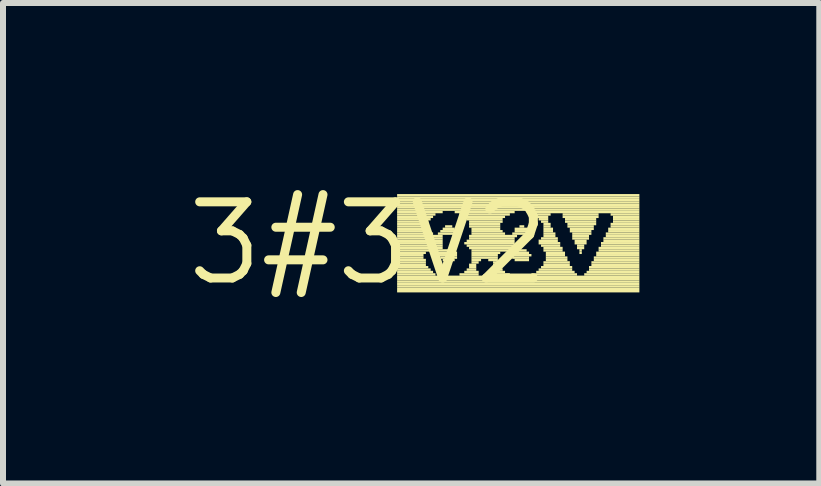
<source format=kicad_pcb>
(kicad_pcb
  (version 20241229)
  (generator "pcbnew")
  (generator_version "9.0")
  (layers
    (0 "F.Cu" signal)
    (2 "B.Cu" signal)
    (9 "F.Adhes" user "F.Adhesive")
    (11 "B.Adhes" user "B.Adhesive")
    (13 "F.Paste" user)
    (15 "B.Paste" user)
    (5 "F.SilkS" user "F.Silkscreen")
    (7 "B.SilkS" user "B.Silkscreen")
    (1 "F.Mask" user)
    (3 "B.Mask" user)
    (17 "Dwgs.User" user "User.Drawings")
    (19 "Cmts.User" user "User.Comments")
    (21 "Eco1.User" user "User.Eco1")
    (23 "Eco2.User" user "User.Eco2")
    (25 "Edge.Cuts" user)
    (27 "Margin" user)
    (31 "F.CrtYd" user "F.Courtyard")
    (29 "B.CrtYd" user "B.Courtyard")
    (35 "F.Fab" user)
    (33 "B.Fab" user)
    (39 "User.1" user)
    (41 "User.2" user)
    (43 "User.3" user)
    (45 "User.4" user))
  (footprint "3#3V2"
    (layer "F.Cu")
    (at 3.092 1.006)
    (property "Reference" "3#3V2" (at 0 0 0) (layer "F.SilkS") (effects (font (size 1.27 1.27) (thickness 0.15))))
    (attr through_hole)
    (fp_poly (pts (xy 0.48 -0.78) (xy 4.52 -0.78) (xy 4.52 -0.82) (xy 0.48 -0.82)) (stroke (width 0) (type solid)) (fill yes) (layer "F.SilkS"))
    (fp_poly (pts (xy 0.48 -0.74) (xy 4.52 -0.74) (xy 4.52 -0.78) (xy 0.48 -0.78)) (stroke (width 0) (type solid)) (fill yes) (layer "F.SilkS"))
    (fp_poly (pts (xy 0.48 -0.7) (xy 4.52 -0.7) (xy 4.52 -0.74) (xy 0.48 -0.74)) (stroke (width 0) (type solid)) (fill yes) (layer "F.SilkS"))
    (fp_poly (pts (xy 0.48 -0.66) (xy 4.52 -0.66) (xy 4.52 -0.7) (xy 0.48 -0.7)) (stroke (width 0) (type solid)) (fill yes) (layer "F.SilkS"))
    (fp_poly (pts (xy 0.48 -0.62) (xy 4.52 -0.62) (xy 4.52 -0.66) (xy 0.48 -0.66)) (stroke (width 0) (type solid)) (fill yes) (layer "F.SilkS"))
    (fp_poly (pts (xy 0.48 -0.58) (xy 4.52 -0.58) (xy 4.52 -0.62) (xy 0.48 -0.62)) (stroke (width 0) (type solid)) (fill yes) (layer "F.SilkS"))
    (fp_poly (pts (xy 0.48 -0.54) (xy 4.52 -0.54) (xy 4.52 -0.58) (xy 0.48 -0.58)) (stroke (width 0) (type solid)) (fill yes) (layer "F.SilkS"))
    (fp_poly (pts (xy 0.48 -0.5) (xy 1.24 -0.5) (xy 1.24 -0.54) (xy 0.48 -0.54)) (stroke (width 0) (type solid)) (fill yes) (layer "F.SilkS"))
    (fp_poly (pts (xy 0.48 -0.46) (xy 1.12 -0.46) (xy 1.12 -0.5) (xy 0.48 -0.5)) (stroke (width 0) (type solid)) (fill yes) (layer "F.SilkS"))
    (fp_poly (pts (xy 0.48 -0.42) (xy 1.08 -0.42) (xy 1.08 -0.46) (xy 0.48 -0.46)) (stroke (width 0) (type solid)) (fill yes) (layer "F.SilkS"))
    (fp_poly (pts (xy 0.48 -0.38) (xy 1.04 -0.38) (xy 1.04 -0.42) (xy 0.48 -0.42)) (stroke (width 0) (type solid)) (fill yes) (layer "F.SilkS"))
    (fp_poly (pts (xy 0.48 -0.34) (xy 1 -0.34) (xy 1 -0.38) (xy 0.48 -0.38)) (stroke (width 0) (type solid)) (fill yes) (layer "F.SilkS"))
    (fp_poly (pts (xy 0.48 -0.3) (xy 1 -0.3) (xy 1 -0.34) (xy 0.48 -0.34)) (stroke (width 0) (type solid)) (fill yes) (layer "F.SilkS"))
    (fp_poly (pts (xy 0.48 -0.26) (xy 0.96 -0.26) (xy 0.96 -0.3) (xy 0.48 -0.3)) (stroke (width 0) (type solid)) (fill yes) (layer "F.SilkS"))
    (fp_poly (pts (xy 0.48 -0.22) (xy 1 -0.22) (xy 1 -0.26) (xy 0.48 -0.26)) (stroke (width 0) (type solid)) (fill yes) (layer "F.SilkS"))
    (fp_poly (pts (xy 0.48 -0.18) (xy 1 -0.18) (xy 1 -0.22) (xy 0.48 -0.22)) (stroke (width 0) (type solid)) (fill yes) (layer "F.SilkS"))
    (fp_poly (pts (xy 0.48 -0.14) (xy 1.08 -0.14) (xy 1.08 -0.18) (xy 0.48 -0.18)) (stroke (width 0) (type solid)) (fill yes) (layer "F.SilkS"))
    (fp_poly (pts (xy 0.48 -0.1) (xy 1.24 -0.1) (xy 1.24 -0.14) (xy 0.48 -0.14)) (stroke (width 0) (type solid)) (fill yes) (layer "F.SilkS"))
    (fp_poly (pts (xy 0.48 -0.06) (xy 1.24 -0.06) (xy 1.24 -0.1) (xy 0.48 -0.1)) (stroke (width 0) (type solid)) (fill yes) (layer "F.SilkS"))
    (fp_poly (pts (xy 0.48 -0.02) (xy 1.24 -0.02) (xy 1.24 -0.06) (xy 0.48 -0.06)) (stroke (width 0) (type solid)) (fill yes) (layer "F.SilkS"))
    (fp_poly (pts (xy 0.48 0.02) (xy 1.24 0.02) (xy 1.24 -0.02) (xy 0.48 -0.02)) (stroke (width 0) (type solid)) (fill yes) (layer "F.SilkS"))
    (fp_poly (pts (xy 0.48 0.06) (xy 1.24 0.06) (xy 1.24 0.02) (xy 0.48 0.02)) (stroke (width 0) (type solid)) (fill yes) (layer "F.SilkS"))
    (fp_poly (pts (xy 0.48 0.1) (xy 1.24 0.1) (xy 1.24 0.06) (xy 0.48 0.06)) (stroke (width 0) (type solid)) (fill yes) (layer "F.SilkS"))
    (fp_poly (pts (xy 0.48 0.14) (xy 1.4 0.14) (xy 1.4 0.1) (xy 0.48 0.1)) (stroke (width 0) (type solid)) (fill yes) (layer "F.SilkS"))
    (fp_poly (pts (xy 0.48 0.18) (xy 0.96 0.18) (xy 0.96 0.14) (xy 0.48 0.14)) (stroke (width 0) (type solid)) (fill yes) (layer "F.SilkS"))
    (fp_poly (pts (xy 0.48 0.22) (xy 0.92 0.22) (xy 0.92 0.18) (xy 0.48 0.18)) (stroke (width 0) (type solid)) (fill yes) (layer "F.SilkS"))
    (fp_poly (pts (xy 0.48 0.26) (xy 0.92 0.26) (xy 0.92 0.22) (xy 0.48 0.22)) (stroke (width 0) (type solid)) (fill yes) (layer "F.SilkS"))
    (fp_poly (pts (xy 0.48 0.3) (xy 0.96 0.3) (xy 0.96 0.26) (xy 0.48 0.26)) (stroke (width 0) (type solid)) (fill yes) (layer "F.SilkS"))
    (fp_poly (pts (xy 0.48 0.34) (xy 0.96 0.34) (xy 0.96 0.3) (xy 0.48 0.3)) (stroke (width 0) (type solid)) (fill yes) (layer "F.SilkS"))
    (fp_poly (pts (xy 0.48 0.38) (xy 0.96 0.38) (xy 0.96 0.34) (xy 0.48 0.34)) (stroke (width 0) (type solid)) (fill yes) (layer "F.SilkS"))
    (fp_poly (pts (xy 0.48 0.42) (xy 1 0.42) (xy 1 0.38) (xy 0.48 0.38)) (stroke (width 0) (type solid)) (fill yes) (layer "F.SilkS"))
    (fp_poly (pts (xy 0.48 0.46) (xy 1.04 0.46) (xy 1.04 0.42) (xy 0.48 0.42)) (stroke (width 0) (type solid)) (fill yes) (layer "F.SilkS"))
    (fp_poly (pts (xy 0.48 0.5) (xy 1.08 0.5) (xy 1.08 0.46) (xy 0.48 0.46)) (stroke (width 0) (type solid)) (fill yes) (layer "F.SilkS"))
    (fp_poly (pts (xy 0.48 0.54) (xy 1.12 0.54) (xy 1.12 0.5) (xy 0.48 0.5)) (stroke (width 0) (type solid)) (fill yes) (layer "F.SilkS"))
    (fp_poly (pts (xy 0.48 0.58) (xy 4.52 0.58) (xy 4.52 0.54) (xy 0.48 0.54)) (stroke (width 0) (type solid)) (fill yes) (layer "F.SilkS"))
    (fp_poly (pts (xy 0.48 0.62) (xy 4.52 0.62) (xy 4.52 0.58) (xy 0.48 0.58)) (stroke (width 0) (type solid)) (fill yes) (layer "F.SilkS"))
    (fp_poly (pts (xy 0.48 0.66) (xy 4.52 0.66) (xy 4.52 0.62) (xy 0.48 0.62)) (stroke (width 0) (type solid)) (fill yes) (layer "F.SilkS"))
    (fp_poly (pts (xy 0.48 0.7) (xy 4.52 0.7) (xy 4.52 0.66) (xy 0.48 0.66)) (stroke (width 0) (type solid)) (fill yes) (layer "F.SilkS"))
    (fp_poly (pts (xy 0.48 0.74) (xy 4.52 0.74) (xy 4.52 0.7) (xy 0.48 0.7)) (stroke (width 0) (type solid)) (fill yes) (layer "F.SilkS"))
    (fp_poly (pts (xy 0.48 0.78) (xy 4.52 0.78) (xy 4.52 0.74) (xy 0.48 0.74)) (stroke (width 0) (type solid)) (fill yes) (layer "F.SilkS"))
    (fp_poly (pts (xy 0.48 0.82) (xy 4.52 0.82) (xy 4.52 0.78) (xy 0.48 0.78)) (stroke (width 0) (type solid)) (fill yes) (layer "F.SilkS"))
    (fp_poly (pts (xy 1.16 -0.14) (xy 1.44 -0.14) (xy 1.44 -0.18) (xy 1.16 -0.18)) (stroke (width 0) (type solid)) (fill yes) (layer "F.SilkS"))
    (fp_poly (pts (xy 1.16 0.18) (xy 1.48 0.18) (xy 1.48 0.14) (xy 1.16 0.14)) (stroke (width 0) (type solid)) (fill yes) (layer "F.SilkS"))
    (fp_poly (pts (xy 1.16 0.22) (xy 1.48 0.22) (xy 1.48 0.18) (xy 1.16 0.18)) (stroke (width 0) (type solid)) (fill yes) (layer "F.SilkS"))
    (fp_poly (pts (xy 1.2 -0.18) (xy 1.44 -0.18) (xy 1.44 -0.22) (xy 1.2 -0.22)) (stroke (width 0) (type solid)) (fill yes) (layer "F.SilkS"))
    (fp_poly (pts (xy 1.2 0.26) (xy 1.48 0.26) (xy 1.48 0.22) (xy 1.2 0.22)) (stroke (width 0) (type solid)) (fill yes) (layer "F.SilkS"))
    (fp_poly (pts (xy 1.24 -0.22) (xy 1.44 -0.22) (xy 1.44 -0.26) (xy 1.24 -0.26)) (stroke (width 0) (type solid)) (fill yes) (layer "F.SilkS"))
    (fp_poly (pts (xy 1.24 0.3) (xy 1.44 0.3) (xy 1.44 0.26) (xy 1.24 0.26)) (stroke (width 0) (type solid)) (fill yes) (layer "F.SilkS"))
    (fp_poly (pts (xy 1.28 -0.26) (xy 1.4 -0.26) (xy 1.4 -0.3) (xy 1.28 -0.3)) (stroke (width 0) (type solid)) (fill yes) (layer "F.SilkS"))
    (fp_poly (pts (xy 1.44 -0.5) (xy 2.44 -0.5) (xy 2.44 -0.54) (xy 1.44 -0.54)) (stroke (width 0) (type solid)) (fill yes) (layer "F.SilkS"))
    (fp_poly (pts (xy 1.52 -0.46) (xy 2.36 -0.46) (xy 2.36 -0.5) (xy 1.52 -0.5)) (stroke (width 0) (type solid)) (fill yes) (layer "F.SilkS"))
    (fp_poly (pts (xy 1.52 0.54) (xy 1.84 0.54) (xy 1.84 0.5) (xy 1.52 0.5)) (stroke (width 0) (type solid)) (fill yes) (layer "F.SilkS"))
    (fp_poly (pts (xy 1.6 -0.42) (xy 2.28 -0.42) (xy 2.28 -0.46) (xy 1.6 -0.46)) (stroke (width 0) (type solid)) (fill yes) (layer "F.SilkS"))
    (fp_poly (pts (xy 1.6 0.02) (xy 2.44 0.02) (xy 2.44 -0.02) (xy 1.6 -0.02)) (stroke (width 0) (type solid)) (fill yes) (layer "F.SilkS"))
    (fp_poly (pts (xy 1.6 0.5) (xy 1.84 0.5) (xy 1.84 0.46) (xy 1.6 0.46)) (stroke (width 0) (type solid)) (fill yes) (layer "F.SilkS"))
    (fp_poly (pts (xy 1.64 -0.38) (xy 2.24 -0.38) (xy 2.24 -0.42) (xy 1.64 -0.42)) (stroke (width 0) (type solid)) (fill yes) (layer "F.SilkS"))
    (fp_poly (pts (xy 1.64 -0.02) (xy 2.44 -0.02) (xy 2.44 -0.06) (xy 1.64 -0.06)) (stroke (width 0) (type solid)) (fill yes) (layer "F.SilkS"))
    (fp_poly (pts (xy 1.64 0.06) (xy 2.44 0.06) (xy 2.44 0.02) (xy 1.64 0.02)) (stroke (width 0) (type solid)) (fill yes) (layer "F.SilkS"))
    (fp_poly (pts (xy 1.64 0.46) (xy 1.8 0.46) (xy 1.8 0.42) (xy 1.64 0.42)) (stroke (width 0) (type solid)) (fill yes) (layer "F.SilkS"))
    (fp_poly (pts (xy 1.68 -0.34) (xy 2.24 -0.34) (xy 2.24 -0.38) (xy 1.68 -0.38)) (stroke (width 0) (type solid)) (fill yes) (layer "F.SilkS"))
    (fp_poly (pts (xy 1.68 -0.3) (xy 2.2 -0.3) (xy 2.2 -0.34) (xy 1.68 -0.34)) (stroke (width 0) (type solid)) (fill yes) (layer "F.SilkS"))
    (fp_poly (pts (xy 1.68 -0.26) (xy 2.2 -0.26) (xy 2.2 -0.3) (xy 1.68 -0.3)) (stroke (width 0) (type solid)) (fill yes) (layer "F.SilkS"))
    (fp_poly (pts (xy 1.68 -0.1) (xy 2.48 -0.1) (xy 2.48 -0.14) (xy 1.68 -0.14)) (stroke (width 0) (type solid)) (fill yes) (layer "F.SilkS"))
    (fp_poly (pts (xy 1.68 -0.06) (xy 2.44 -0.06) (xy 2.44 -0.1) (xy 1.68 -0.1)) (stroke (width 0) (type solid)) (fill yes) (layer "F.SilkS"))
    (fp_poly (pts (xy 1.68 0.1) (xy 2.48 0.1) (xy 2.48 0.06) (xy 1.68 0.06)) (stroke (width 0) (type solid)) (fill yes) (layer "F.SilkS"))
    (fp_poly (pts (xy 1.68 0.38) (xy 1.8 0.38) (xy 1.8 0.34) (xy 1.68 0.34)) (stroke (width 0) (type solid)) (fill yes) (layer "F.SilkS"))
    (fp_poly (pts (xy 1.68 0.42) (xy 1.8 0.42) (xy 1.8 0.38) (xy 1.68 0.38)) (stroke (width 0) (type solid)) (fill yes) (layer "F.SilkS"))
    (fp_poly (pts (xy 1.72 -0.22) (xy 2.2 -0.22) (xy 2.2 -0.26) (xy 1.72 -0.26)) (stroke (width 0) (type solid)) (fill yes) (layer "F.SilkS"))
    (fp_poly (pts (xy 1.72 -0.18) (xy 2.24 -0.18) (xy 2.24 -0.22) (xy 1.72 -0.22)) (stroke (width 0) (type solid)) (fill yes) (layer "F.SilkS"))
    (fp_poly (pts (xy 1.72 -0.14) (xy 2.28 -0.14) (xy 2.28 -0.18) (xy 1.72 -0.18)) (stroke (width 0) (type solid)) (fill yes) (layer "F.SilkS"))
    (fp_poly (pts (xy 1.72 0.14) (xy 2.64 0.14) (xy 2.64 0.1) (xy 1.72 0.1)) (stroke (width 0) (type solid)) (fill yes) (layer "F.SilkS"))
    (fp_poly (pts (xy 1.72 0.18) (xy 2.2 0.18) (xy 2.2 0.14) (xy 1.72 0.14)) (stroke (width 0) (type solid)) (fill yes) (layer "F.SilkS"))
    (fp_poly (pts (xy 1.72 0.22) (xy 2.16 0.22) (xy 2.16 0.18) (xy 1.72 0.18)) (stroke (width 0) (type solid)) (fill yes) (layer "F.SilkS"))
    (fp_poly (pts (xy 1.72 0.26) (xy 2.16 0.26) (xy 2.16 0.22) (xy 1.72 0.22)) (stroke (width 0) (type solid)) (fill yes) (layer "F.SilkS"))
    (fp_poly (pts (xy 1.72 0.3) (xy 1.88 0.3) (xy 1.88 0.26) (xy 1.72 0.26)) (stroke (width 0) (type solid)) (fill yes) (layer "F.SilkS"))
    (fp_poly (pts (xy 1.72 0.34) (xy 1.84 0.34) (xy 1.84 0.3) (xy 1.72 0.3)) (stroke (width 0) (type solid)) (fill yes) (layer "F.SilkS"))
    (fp_poly (pts (xy 2 0.3) (xy 2.16 0.3) (xy 2.16 0.26) (xy 2 0.26)) (stroke (width 0) (type solid)) (fill yes) (layer "F.SilkS"))
    (fp_poly (pts (xy 2.04 0.54) (xy 2.36 0.54) (xy 2.36 0.5) (xy 2.04 0.5)) (stroke (width 0) (type solid)) (fill yes) (layer "F.SilkS"))
    (fp_poly (pts (xy 2.08 0.34) (xy 2.16 0.34) (xy 2.16 0.3) (xy 2.08 0.3)) (stroke (width 0) (type solid)) (fill yes) (layer "F.SilkS"))
    (fp_poly (pts (xy 2.08 0.38) (xy 2.2 0.38) (xy 2.2 0.34) (xy 2.08 0.34)) (stroke (width 0) (type solid)) (fill yes) (layer "F.SilkS"))
    (fp_poly (pts (xy 2.08 0.42) (xy 2.2 0.42) (xy 2.2 0.38) (xy 2.08 0.38)) (stroke (width 0) (type solid)) (fill yes) (layer "F.SilkS"))
    (fp_poly (pts (xy 2.08 0.46) (xy 2.24 0.46) (xy 2.24 0.42) (xy 2.08 0.42)) (stroke (width 0) (type solid)) (fill yes) (layer "F.SilkS"))
    (fp_poly (pts (xy 2.08 0.5) (xy 2.28 0.5) (xy 2.28 0.46) (xy 2.08 0.46)) (stroke (width 0) (type solid)) (fill yes) (layer "F.SilkS"))
    (fp_poly (pts (xy 2.36 0.18) (xy 2.68 0.18) (xy 2.68 0.14) (xy 2.36 0.14)) (stroke (width 0) (type solid)) (fill yes) (layer "F.SilkS"))
    (fp_poly (pts (xy 2.4 -0.14) (xy 2.64 -0.14) (xy 2.64 -0.18) (xy 2.4 -0.18)) (stroke (width 0) (type solid)) (fill yes) (layer "F.SilkS"))
    (fp_poly (pts (xy 2.4 0.22) (xy 2.72 0.22) (xy 2.72 0.18) (xy 2.4 0.18)) (stroke (width 0) (type solid)) (fill yes) (layer "F.SilkS"))
    (fp_poly (pts (xy 2.4 0.26) (xy 2.68 0.26) (xy 2.68 0.22) (xy 2.4 0.22)) (stroke (width 0) (type solid)) (fill yes) (layer "F.SilkS"))
    (fp_poly (pts (xy 2.44 -0.22) (xy 2.68 -0.22) (xy 2.68 -0.26) (xy 2.44 -0.26)) (stroke (width 0) (type solid)) (fill yes) (layer "F.SilkS"))
    (fp_poly (pts (xy 2.44 -0.18) (xy 2.68 -0.18) (xy 2.68 -0.22) (xy 2.44 -0.22)) (stroke (width 0) (type solid)) (fill yes) (layer "F.SilkS"))
    (fp_poly (pts (xy 2.44 0.3) (xy 2.68 0.3) (xy 2.68 0.26) (xy 2.44 0.26)) (stroke (width 0) (type solid)) (fill yes) (layer "F.SilkS"))
    (fp_poly (pts (xy 2.52 -0.26) (xy 2.6 -0.26) (xy 2.6 -0.3) (xy 2.52 -0.3)) (stroke (width 0) (type solid)) (fill yes) (layer "F.SilkS"))
    (fp_poly (pts (xy 2.64 -0.5) (xy 4.52 -0.5) (xy 4.52 -0.54) (xy 2.64 -0.54)) (stroke (width 0) (type solid)) (fill yes) (layer "F.SilkS"))
    (fp_poly (pts (xy 2.72 0.54) (xy 3.48 0.54) (xy 3.48 0.5) (xy 2.72 0.5)) (stroke (width 0) (type solid)) (fill yes) (layer "F.SilkS"))
    (fp_poly (pts (xy 2.76 -0.46) (xy 3.04 -0.46) (xy 3.04 -0.5) (xy 2.76 -0.5)) (stroke (width 0) (type solid)) (fill yes) (layer "F.SilkS"))
    (fp_poly (pts (xy 2.8 -0.42) (xy 3 -0.42) (xy 3 -0.46) (xy 2.8 -0.46)) (stroke (width 0) (type solid)) (fill yes) (layer "F.SilkS"))
    (fp_poly (pts (xy 2.8 0.5) (xy 3.44 0.5) (xy 3.44 0.46) (xy 2.8 0.46)) (stroke (width 0) (type solid)) (fill yes) (layer "F.SilkS"))
    (fp_poly (pts (xy 2.84 -0.38) (xy 3 -0.38) (xy 3 -0.42) (xy 2.84 -0.42)) (stroke (width 0) (type solid)) (fill yes) (layer "F.SilkS"))
    (fp_poly (pts (xy 2.84 -0.02) (xy 3.16 -0.02) (xy 3.16 -0.06) (xy 2.84 -0.06)) (stroke (width 0) (type solid)) (fill yes) (layer "F.SilkS"))
    (fp_poly (pts (xy 2.84 0.02) (xy 3.2 0.02) (xy 3.2 -0.02) (xy 2.84 -0.02)) (stroke (width 0) (type solid)) (fill yes) (layer "F.SilkS"))
    (fp_poly (pts (xy 2.84 0.46) (xy 3.4 0.46) (xy 3.4 0.42) (xy 2.84 0.42)) (stroke (width 0) (type solid)) (fill yes) (layer "F.SilkS"))
    (fp_poly (pts (xy 2.88 -0.34) (xy 3 -0.34) (xy 3 -0.38) (xy 2.88 -0.38)) (stroke (width 0) (type solid)) (fill yes) (layer "F.SilkS"))
    (fp_poly (pts (xy 2.88 -0.06) (xy 3.16 -0.06) (xy 3.16 -0.1) (xy 2.88 -0.1)) (stroke (width 0) (type solid)) (fill yes) (layer "F.SilkS"))
    (fp_poly (pts (xy 2.88 0.06) (xy 3.2 0.06) (xy 3.2 0.02) (xy 2.88 0.02)) (stroke (width 0) (type solid)) (fill yes) (layer "F.SilkS"))
    (fp_poly (pts (xy 2.88 0.42) (xy 3.4 0.42) (xy 3.4 0.38) (xy 2.88 0.38)) (stroke (width 0) (type solid)) (fill yes) (layer "F.SilkS"))
    (fp_poly (pts (xy 2.92 -0.3) (xy 3.04 -0.3) (xy 3.04 -0.34) (xy 2.92 -0.34)) (stroke (width 0) (type solid)) (fill yes) (layer "F.SilkS"))
    (fp_poly (pts (xy 2.92 -0.26) (xy 3.04 -0.26) (xy 3.04 -0.3) (xy 2.92 -0.3)) (stroke (width 0) (type solid)) (fill yes) (layer "F.SilkS"))
    (fp_poly (pts (xy 2.92 -0.22) (xy 3.08 -0.22) (xy 3.08 -0.26) (xy 2.92 -0.26)) (stroke (width 0) (type solid)) (fill yes) (layer "F.SilkS"))
    (fp_poly (pts (xy 2.92 -0.18) (xy 3.08 -0.18) (xy 3.08 -0.22) (xy 2.92 -0.22)) (stroke (width 0) (type solid)) (fill yes) (layer "F.SilkS"))
    (fp_poly (pts (xy 2.92 -0.14) (xy 3.12 -0.14) (xy 3.12 -0.18) (xy 2.92 -0.18)) (stroke (width 0) (type solid)) (fill yes) (layer "F.SilkS"))
    (fp_poly (pts (xy 2.92 -0.1) (xy 3.12 -0.1) (xy 3.12 -0.14) (xy 2.92 -0.14)) (stroke (width 0) (type solid)) (fill yes) (layer "F.SilkS"))
    (fp_poly (pts (xy 2.92 0.1) (xy 3.24 0.1) (xy 3.24 0.06) (xy 2.92 0.06)) (stroke (width 0) (type solid)) (fill yes) (layer "F.SilkS"))
    (fp_poly (pts (xy 2.92 0.14) (xy 3.24 0.14) (xy 3.24 0.1) (xy 2.92 0.1)) (stroke (width 0) (type solid)) (fill yes) (layer "F.SilkS"))
    (fp_poly (pts (xy 2.92 0.34) (xy 3.36 0.34) (xy 3.36 0.3) (xy 2.92 0.3)) (stroke (width 0) (type solid)) (fill yes) (layer "F.SilkS"))
    (fp_poly (pts (xy 2.92 0.38) (xy 3.36 0.38) (xy 3.36 0.34) (xy 2.92 0.34)) (stroke (width 0) (type solid)) (fill yes) (layer "F.SilkS"))
    (fp_poly (pts (xy 2.96 0.18) (xy 3.28 0.18) (xy 3.28 0.14) (xy 2.96 0.14)) (stroke (width 0) (type solid)) (fill yes) (layer "F.SilkS"))
    (fp_poly (pts (xy 2.96 0.22) (xy 3.28 0.22) (xy 3.28 0.18) (xy 2.96 0.18)) (stroke (width 0) (type solid)) (fill yes) (layer "F.SilkS"))
    (fp_poly (pts (xy 2.96 0.26) (xy 3.32 0.26) (xy 3.32 0.22) (xy 2.96 0.22)) (stroke (width 0) (type solid)) (fill yes) (layer "F.SilkS"))
    (fp_poly (pts (xy 2.96 0.3) (xy 3.32 0.3) (xy 3.32 0.26) (xy 2.96 0.26)) (stroke (width 0) (type solid)) (fill yes) (layer "F.SilkS"))
    (fp_poly (pts (xy 3.24 -0.46) (xy 3.84 -0.46) (xy 3.84 -0.5) (xy 3.24 -0.5)) (stroke (width 0) (type solid)) (fill yes) (layer "F.SilkS"))
    (fp_poly (pts (xy 3.24 -0.42) (xy 3.84 -0.42) (xy 3.84 -0.46) (xy 3.24 -0.46)) (stroke (width 0) (type solid)) (fill yes) (layer "F.SilkS"))
    (fp_poly (pts (xy 3.28 -0.38) (xy 3.8 -0.38) (xy 3.8 -0.42) (xy 3.28 -0.42)) (stroke (width 0) (type solid)) (fill yes) (layer "F.SilkS"))
    (fp_poly (pts (xy 3.28 -0.34) (xy 3.8 -0.34) (xy 3.8 -0.38) (xy 3.28 -0.38)) (stroke (width 0) (type solid)) (fill yes) (layer "F.SilkS"))
    (fp_poly (pts (xy 3.32 -0.3) (xy 3.8 -0.3) (xy 3.8 -0.34) (xy 3.32 -0.34)) (stroke (width 0) (type solid)) (fill yes) (layer "F.SilkS"))
    (fp_poly (pts (xy 3.32 -0.26) (xy 3.76 -0.26) (xy 3.76 -0.3) (xy 3.32 -0.3)) (stroke (width 0) (type solid)) (fill yes) (layer "F.SilkS"))
    (fp_poly (pts (xy 3.36 -0.22) (xy 3.76 -0.22) (xy 3.76 -0.26) (xy 3.36 -0.26)) (stroke (width 0) (type solid)) (fill yes) (layer "F.SilkS"))
    (fp_poly (pts (xy 3.36 -0.18) (xy 3.72 -0.18) (xy 3.72 -0.22) (xy 3.36 -0.22)) (stroke (width 0) (type solid)) (fill yes) (layer "F.SilkS"))
    (fp_poly (pts (xy 3.4 -0.14) (xy 3.72 -0.14) (xy 3.72 -0.18) (xy 3.4 -0.18)) (stroke (width 0) (type solid)) (fill yes) (layer "F.SilkS"))
    (fp_poly (pts (xy 3.4 -0.1) (xy 3.68 -0.1) (xy 3.68 -0.14) (xy 3.4 -0.14)) (stroke (width 0) (type solid)) (fill yes) (layer "F.SilkS"))
    (fp_poly (pts (xy 3.4 -0.06) (xy 3.68 -0.06) (xy 3.68 -0.1) (xy 3.4 -0.1)) (stroke (width 0) (type solid)) (fill yes) (layer "F.SilkS"))
    (fp_poly (pts (xy 3.44 -0.02) (xy 3.64 -0.02) (xy 3.64 -0.06) (xy 3.44 -0.06)) (stroke (width 0) (type solid)) (fill yes) (layer "F.SilkS"))
    (fp_poly (pts (xy 3.44 0.02) (xy 3.64 0.02) (xy 3.64 -0.02) (xy 3.44 -0.02)) (stroke (width 0) (type solid)) (fill yes) (layer "F.SilkS"))
    (fp_poly (pts (xy 3.48 0.06) (xy 3.6 0.06) (xy 3.6 0.02) (xy 3.48 0.02)) (stroke (width 0) (type solid)) (fill yes) (layer "F.SilkS"))
    (fp_poly (pts (xy 3.48 0.1) (xy 3.6 0.1) (xy 3.6 0.06) (xy 3.48 0.06)) (stroke (width 0) (type solid)) (fill yes) (layer "F.SilkS"))
    (fp_poly (pts (xy 3.52 0.14) (xy 3.56 0.14) (xy 3.56 0.1) (xy 3.52 0.1)) (stroke (width 0) (type solid)) (fill yes) (layer "F.SilkS"))
    (fp_poly (pts (xy 3.52 0.18) (xy 3.56 0.18) (xy 3.56 0.14) (xy 3.52 0.14)) (stroke (width 0) (type solid)) (fill yes) (layer "F.SilkS"))
    (fp_poly (pts (xy 3.6 0.54) (xy 4.52 0.54) (xy 4.52 0.5) (xy 3.6 0.5)) (stroke (width 0) (type solid)) (fill yes) (layer "F.SilkS"))
    (fp_poly (pts (xy 3.64 0.5) (xy 4.52 0.5) (xy 4.52 0.46) (xy 3.64 0.46)) (stroke (width 0) (type solid)) (fill yes) (layer "F.SilkS"))
    (fp_poly (pts (xy 3.68 0.42) (xy 4.52 0.42) (xy 4.52 0.38) (xy 3.68 0.38)) (stroke (width 0) (type solid)) (fill yes) (layer "F.SilkS"))
    (fp_poly (pts (xy 3.68 0.46) (xy 4.52 0.46) (xy 4.52 0.42) (xy 3.68 0.42)) (stroke (width 0) (type solid)) (fill yes) (layer "F.SilkS"))
    (fp_poly (pts (xy 3.72 0.34) (xy 4.52 0.34) (xy 4.52 0.3) (xy 3.72 0.3)) (stroke (width 0) (type solid)) (fill yes) (layer "F.SilkS"))
    (fp_poly (pts (xy 3.72 0.38) (xy 4.52 0.38) (xy 4.52 0.34) (xy 3.72 0.34)) (stroke (width 0) (type solid)) (fill yes) (layer "F.SilkS"))
    (fp_poly (pts (xy 3.76 0.26) (xy 4.52 0.26) (xy 4.52 0.22) (xy 3.76 0.22)) (stroke (width 0) (type solid)) (fill yes) (layer "F.SilkS"))
    (fp_poly (pts (xy 3.76 0.3) (xy 4.52 0.3) (xy 4.52 0.26) (xy 3.76 0.26)) (stroke (width 0) (type solid)) (fill yes) (layer "F.SilkS"))
    (fp_poly (pts (xy 3.8 0.18) (xy 4.52 0.18) (xy 4.52 0.14) (xy 3.8 0.14)) (stroke (width 0) (type solid)) (fill yes) (layer "F.SilkS"))
    (fp_poly (pts (xy 3.8 0.22) (xy 4.52 0.22) (xy 4.52 0.18) (xy 3.8 0.18)) (stroke (width 0) (type solid)) (fill yes) (layer "F.SilkS"))
    (fp_poly (pts (xy 3.84 0.1) (xy 4.52 0.1) (xy 4.52 0.06) (xy 3.84 0.06)) (stroke (width 0) (type solid)) (fill yes) (layer "F.SilkS"))
    (fp_poly (pts (xy 3.84 0.14) (xy 4.52 0.14) (xy 4.52 0.1) (xy 3.84 0.1)) (stroke (width 0) (type solid)) (fill yes) (layer "F.SilkS"))
    (fp_poly (pts (xy 3.88 0.02) (xy 4.52 0.02) (xy 4.52 -0.02) (xy 3.88 -0.02)) (stroke (width 0) (type solid)) (fill yes) (layer "F.SilkS"))
    (fp_poly (pts (xy 3.88 0.06) (xy 4.52 0.06) (xy 4.52 0.02) (xy 3.88 0.02)) (stroke (width 0) (type solid)) (fill yes) (layer "F.SilkS"))
    (fp_poly (pts (xy 3.92 -0.06) (xy 4.52 -0.06) (xy 4.52 -0.1) (xy 3.92 -0.1)) (stroke (width 0) (type solid)) (fill yes) (layer "F.SilkS"))
    (fp_poly (pts (xy 3.92 -0.02) (xy 4.52 -0.02) (xy 4.52 -0.06) (xy 3.92 -0.06)) (stroke (width 0) (type solid)) (fill yes) (layer "F.SilkS"))
    (fp_poly (pts (xy 3.96 -0.14) (xy 4.52 -0.14) (xy 4.52 -0.18) (xy 3.96 -0.18)) (stroke (width 0) (type solid)) (fill yes) (layer "F.SilkS"))
    (fp_poly (pts (xy 3.96 -0.1) (xy 4.52 -0.1) (xy 4.52 -0.14) (xy 3.96 -0.14)) (stroke (width 0) (type solid)) (fill yes) (layer "F.SilkS"))
    (fp_poly (pts (xy 4 -0.22) (xy 4.52 -0.22) (xy 4.52 -0.26) (xy 4 -0.26)) (stroke (width 0) (type solid)) (fill yes) (layer "F.SilkS"))
    (fp_poly (pts (xy 4 -0.18) (xy 4.52 -0.18) (xy 4.52 -0.22) (xy 4 -0.22)) (stroke (width 0) (type solid)) (fill yes) (layer "F.SilkS"))
    (fp_poly (pts (xy 4.04 -0.46) (xy 4.52 -0.46) (xy 4.52 -0.5) (xy 4.04 -0.5)) (stroke (width 0) (type solid)) (fill yes) (layer "F.SilkS"))
    (fp_poly (pts (xy 4.04 -0.3) (xy 4.52 -0.3) (xy 4.52 -0.34) (xy 4.04 -0.34)) (stroke (width 0) (type solid)) (fill yes) (layer "F.SilkS"))
    (fp_poly (pts (xy 4.04 -0.26) (xy 4.52 -0.26) (xy 4.52 -0.3) (xy 4.04 -0.3)) (stroke (width 0) (type solid)) (fill yes) (layer "F.SilkS"))
    (fp_poly (pts (xy 4.08 -0.42) (xy 4.52 -0.42) (xy 4.52 -0.46) (xy 4.08 -0.46)) (stroke (width 0) (type solid)) (fill yes) (layer "F.SilkS"))
    (fp_poly (pts (xy 4.08 -0.38) (xy 4.52 -0.38) (xy 4.52 -0.42) (xy 4.08 -0.42)) (stroke (width 0) (type solid)) (fill yes) (layer "F.SilkS"))
    (fp_poly (pts (xy 4.08 -0.34) (xy 4.52 -0.34) (xy 4.52 -0.38) (xy 4.08 -0.38)) (stroke (width 0) (type solid)) (fill yes) (layer "F.SilkS")))
  (gr_rect
    (start -3 -3)
    (end 10.612 5.012)
    (stroke (width 0.1) (type default))
    (fill no)
    (layer "Edge.Cuts")))
</source>
